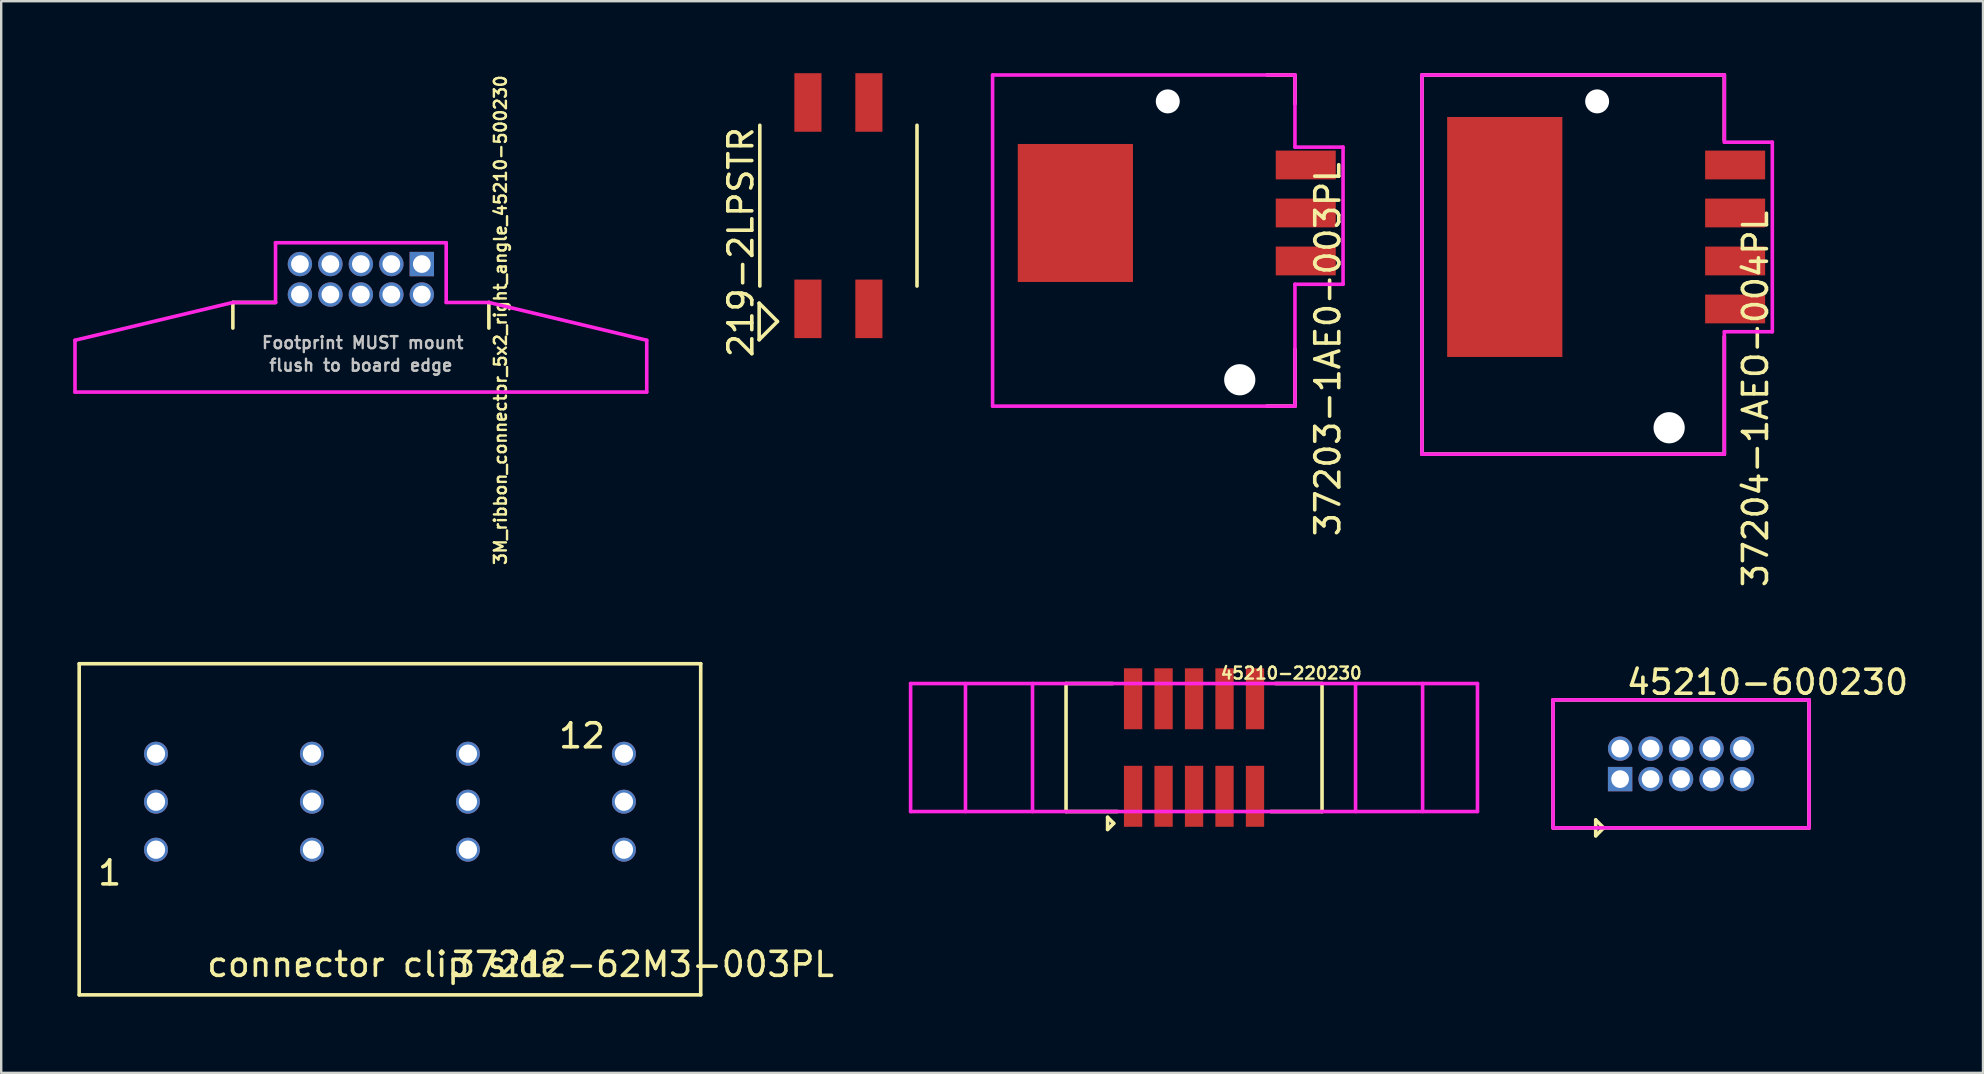
<source format=kicad_pcb>
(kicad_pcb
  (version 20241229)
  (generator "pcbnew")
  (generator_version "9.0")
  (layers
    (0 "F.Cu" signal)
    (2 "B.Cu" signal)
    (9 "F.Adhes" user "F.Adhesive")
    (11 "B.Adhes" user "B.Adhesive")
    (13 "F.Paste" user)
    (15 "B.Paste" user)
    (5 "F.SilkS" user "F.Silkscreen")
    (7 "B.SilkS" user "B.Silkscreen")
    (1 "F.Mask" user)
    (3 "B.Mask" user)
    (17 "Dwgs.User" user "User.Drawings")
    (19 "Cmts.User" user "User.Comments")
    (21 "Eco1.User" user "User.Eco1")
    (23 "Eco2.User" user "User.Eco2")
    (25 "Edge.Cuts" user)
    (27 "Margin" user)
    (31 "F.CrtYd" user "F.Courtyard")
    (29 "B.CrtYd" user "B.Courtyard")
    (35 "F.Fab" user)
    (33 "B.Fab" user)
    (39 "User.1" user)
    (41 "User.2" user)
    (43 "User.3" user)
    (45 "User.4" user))
  (footprint "45210-220230"
    (layer "F.Cu")
    (at 46.708 28.101)
    (property "Reference" "45210-220230" (at 4.05 -3.1 180) (layer "F.SilkS") (effects (font (size 0.5 0.5) (thickness 0.1))))
    (attr through_hole)
    (fp_line (start -5.334 -2.667) (end -5.334 2.667) (stroke (width 0.15) (type solid)) (layer "F.SilkS"))
    (fp_line (start -5.334 2.667) (end -3.199 2.667) (stroke (width 0.15) (type solid)) (layer "F.SilkS"))
    (fp_line (start -3.602 2.906) (end -3.602 3.414) (stroke (width 0.15) (type solid)) (layer "F.SilkS"))
    (fp_line (start -3.602 3.414) (end -3.348 3.16) (stroke (width 0.15) (type solid)) (layer "F.SilkS"))
    (fp_line (start -3.399 -2.667) (end -5.334 -2.667) (stroke (width 0.15) (type solid)) (layer "F.SilkS"))
    (fp_line (start -3.348 3.16) (end -3.602 2.906) (stroke (width 0.15) (type solid)) (layer "F.SilkS"))
    (fp_line (start 5.334 -2.667) (end 3.4 -2.667) (stroke (width 0.15) (type solid)) (layer "F.SilkS"))
    (fp_line (start 5.334 2.667) (end 3.199 2.667) (stroke (width 0.15) (type solid)) (layer "F.SilkS"))
    (fp_line (start 5.334 2.667) (end 5.334 -2.667) (stroke (width 0.15) (type solid)) (layer "F.SilkS"))
    (fp_line (start -11.811 -2.667) (end -11.811 2.667) (stroke (width 0.15) (type solid)) (layer "F.CrtYd"))
    (fp_line (start -11.811 2.667) (end 11.811 2.667) (stroke (width 0.15) (type solid)) (layer "F.CrtYd"))
    (fp_line (start -9.525 -2.667) (end -9.525 2.667) (stroke (width 0.15) (type solid)) (layer "F.CrtYd"))
    (fp_line (start -6.731 -2.667) (end -6.731 2.667) (stroke (width 0.15) (type solid)) (layer "F.CrtYd"))
    (fp_line (start 6.731 -2.667) (end 6.731 2.667) (stroke (width 0.15) (type solid)) (layer "F.CrtYd"))
    (fp_line (start 9.525 -2.667) (end 9.525 2.667) (stroke (width 0.15) (type solid)) (layer "F.CrtYd"))
    (fp_line (start 11.811 -2.667) (end -11.811 -2.667) (stroke (width 0.15) (type solid)) (layer "F.CrtYd"))
    (fp_line (start 11.811 2.667) (end 11.811 -2.667) (stroke (width 0.15) (type solid)) (layer "F.CrtYd"))
    (pad "1" smd rect (at -2.54 2.032) (size 0.762 2.54) (layers "F.Cu" "F.Mask" "F.Paste"))
    (pad "2" smd rect (at -2.54 -2.032) (size 0.762 2.54) (layers "F.Cu" "F.Mask" "F.Paste"))
    (pad "3" smd rect (at -1.27 2.032) (size 0.762 2.54) (layers "F.Cu" "F.Mask" "F.Paste"))
    (pad "4" smd rect (at -1.27 -2.032) (size 0.762 2.54) (layers "F.Cu" "F.Mask" "F.Paste"))
    (pad "5" smd rect (at 0 2.032) (size 0.762 2.54) (layers "F.Cu" "F.Mask" "F.Paste"))
    (pad "6" smd rect (at 0 -2.032) (size 0.762 2.54) (layers "F.Cu" "F.Mask" "F.Paste"))
    (pad "7" smd rect (at 1.27 2.032) (size 0.762 2.54) (layers "F.Cu" "F.Mask" "F.Paste"))
    (pad "8" smd rect (at 1.27 -2.032) (size 0.762 2.54) (layers "F.Cu" "F.Mask" "F.Paste"))
    (pad "9" smd rect (at 2.54 2.032) (size 0.762 2.54) (layers "F.Cu" "F.Mask" "F.Paste"))
    (pad "10" smd rect (at 2.54 -2.032) (size 0.762 2.54) (layers "F.Cu" "F.Mask" "F.Paste")))
  (footprint "37204-1AEO-004PL"
    (layer "F.Cu")
    (at 63.231 7.975)
    (property "Reference" "37204-1AEO-004PL" (at 6.875 5.6 90) (layer "F.SilkS") (effects (font (size 1 1) (thickness 0.15))))
    (attr through_hole)
    (fp_line (start -7.025 -7.9) (end -7.025 7.9) (stroke (width 0.15) (type solid)) (layer "F.SilkS"))
    (fp_line (start -7.025 -7.9) (end 5.575 -7.9) (stroke (width 0.15) (type solid)) (layer "F.SilkS"))
    (fp_line (start -7.025 7.9) (end 5.575 7.9) (stroke (width 0.15) (type solid)) (layer "F.SilkS"))
    (fp_line (start 5.575 -7.9) (end 5.575 -5.2) (stroke (width 0.15) (type solid)) (layer "F.SilkS"))
    (fp_line (start 5.575 7.9) (end 5.575 3) (stroke (width 0.15) (type solid)) (layer "F.SilkS"))
    (fp_line (start -7.025 -7.9) (end -7.025 7.9) (stroke (width 0.15) (type solid)) (layer "F.CrtYd"))
    (fp_line (start -7.025 7.9) (end 5.575 7.9) (stroke (width 0.15) (type solid)) (layer "F.CrtYd"))
    (fp_line (start 5.575 -7.9) (end -7.025 -7.9) (stroke (width 0.15) (type solid)) (layer "F.CrtYd"))
    (fp_line (start 5.575 -5.2) (end 5.575 -7.9) (stroke (width 0.15) (type solid)) (layer "F.CrtYd"))
    (fp_line (start 5.575 -5.1) (end 5.575 -5.2) (stroke (width 0.15) (type solid)) (layer "F.CrtYd"))
    (fp_line (start 5.575 2.8) (end 7.575 2.8) (stroke (width 0.15) (type solid)) (layer "F.CrtYd"))
    (fp_line (start 5.575 7.9) (end 5.575 2.8) (stroke (width 0.15) (type solid)) (layer "F.CrtYd"))
    (fp_line (start 7.575 -5.1) (end 5.575 -5.1) (stroke (width 0.15) (type solid)) (layer "F.CrtYd"))
    (fp_line (start 7.575 2.8) (end 7.575 -5.1) (stroke (width 0.15) (type solid)) (layer "F.CrtYd"))
    (pad "" smd rect (at -3.575 -1.15) (size 4.8 10) (layers "F.Cu" "F.Mask" "F.Paste"))
    (pad "" np_thru_hole circle (at 0.275 -6.8) (size 1 1) (drill 1) (layers "*.Cu"))
    (pad "" np_thru_hole circle (at 3.275 6.8) (size 1.3 1.3) (drill 1.3) (layers "*.Cu"))
    (pad "1" smd rect (at 6.025 1.85) (size 2.5 1.2) (layers "F.Cu" "F.Mask" "F.Paste"))
    (pad "2" smd rect (at 6.025 -0.15) (size 2.5 1.2) (layers "F.Cu" "F.Mask" "F.Paste"))
    (pad "3" smd rect (at 6.025 -2.15) (size 2.5 1.2) (layers "F.Cu" "F.Mask" "F.Paste"))
    (pad "4" smd rect (at 6.025 -4.15) (size 2.5 1.2) (layers "F.Cu" "F.Mask" "F.Paste")))
  (footprint "37212-62M3-003PL"
    (layer "F.Cu")
    (at 0.25 38.408)
    (property "Reference" "37212-62M3-003PL" (at 23.495 -1.27 0) (layer "F.SilkS") (effects (font (size 1 1) (thickness 0.15))))
    (attr through_hole)
    (fp_line (start 0 -13.8) (end 25.9 -13.8) (stroke (width 0.15) (type solid)) (layer "F.SilkS"))
    (fp_line (start 0 0) (end 0 -13.8) (stroke (width 0.15) (type solid)) (layer "F.SilkS"))
    (fp_line (start 25.9 -13.8) (end 25.9 0) (stroke (width 0.15) (type solid)) (layer "F.SilkS"))
    (fp_line (start 25.9 0) (end 0 0) (stroke (width 0.15) (type solid)) (layer "F.SilkS"))
    (fp_text user "1" (at 1.27 -5.08 0) (layer "F.SilkS") (effects (font (size 1 1) (thickness 0.15))))
    (fp_text user "connector clip side" (at 12.7 -1.27 0) (layer "F.SilkS") (effects (font (size 1 1) (thickness 0.15))))
    (fp_text user "12" (at 20.955 -10.795 0) (layer "F.SilkS") (effects (font (size 1 1) (thickness 0.15))))
    (pad "1" thru_hole circle (at 3.2 -6.05) (size 1 1) (drill 0.762) (layers "*.Cu" "*.Mask"))
    (pad "2" thru_hole circle (at 3.2 -8.05) (size 1 1) (drill 0.762) (layers "*.Cu" "*.Mask"))
    (pad "3" thru_hole circle (at 3.2 -10.05) (size 1 1) (drill 0.762) (layers "*.Cu" "*.Mask"))
    (pad "4" thru_hole circle (at 9.7 -6.05) (size 1 1) (drill 0.762) (layers "*.Cu" "*.Mask"))
    (pad "5" thru_hole circle (at 9.7 -8.05) (size 1 1) (drill 0.762) (layers "*.Cu" "*.Mask"))
    (pad "6" thru_hole circle (at 9.7 -10.05) (size 1 1) (drill 0.762) (layers "*.Cu" "*.Mask"))
    (pad "7" thru_hole circle (at 16.2 -6.05) (size 1 1) (drill 0.762) (layers "*.Cu" "*.Mask"))
    (pad "8" thru_hole circle (at 16.2 -8.05) (size 1 1) (drill 0.762) (layers "*.Cu" "*.Mask"))
    (pad "9" thru_hole circle (at 16.2 -10.05) (size 1 1) (drill 0.762) (layers "*.Cu" "*.Mask"))
    (pad "10" thru_hole circle (at 22.7 -6.05) (size 1 1) (drill 0.762) (layers "*.Cu" "*.Mask"))
    (pad "11" thru_hole circle (at 22.7 -8.05) (size 1 1) (drill 0.762) (layers "*.Cu" "*.Mask"))
    (pad "12" thru_hole circle (at 22.7 -10.05) (size 1 1) (drill 0.762) (layers "*.Cu" "*.Mask")))
  (footprint "37203-1AE0-003PL"
    (layer "F.Cu")
    (at 46.213 7.575)
    (property "Reference" "37203-1AE0-003PL" (at 6.07 3.93 270) (layer "F.SilkS") (effects (font (size 1 1) (thickness 0.15))))
    (attr smd)
    (fp_line (start 3.53 6.3) (end 4.7 6.3) (stroke (width 0.15) (type solid)) (layer "F.SilkS"))
    (fp_line (start 4.7 -7.5) (end 3.53 -7.5) (stroke (width 0.15) (type solid)) (layer "F.SilkS"))
    (fp_line (start 4.7 -6.3) (end 4.7 -7.5) (stroke (width 0.15) (type solid)) (layer "F.SilkS"))
    (fp_line (start 4.7 6.3) (end 4.7 3.93) (stroke (width 0.15) (type solid)) (layer "F.SilkS"))
    (fp_line (start -7.9 -7.5) (end -7.9 6.3) (stroke (width 0.15) (type solid)) (layer "F.CrtYd"))
    (fp_line (start -7.9 -7.5) (end 4.7 -7.5) (stroke (width 0.15) (type solid)) (layer "F.CrtYd"))
    (fp_line (start -7.9 6.3) (end 4.7 6.3) (stroke (width 0.15) (type solid)) (layer "F.CrtYd"))
    (fp_line (start 4.7 -7.5) (end 4.7 -4.495) (stroke (width 0.15) (type solid)) (layer "F.CrtYd"))
    (fp_line (start 4.7 -4.495) (end 6.705 -4.495) (stroke (width 0.15) (type solid)) (layer "F.CrtYd"))
    (fp_line (start 4.7 1.22) (end 4.7 6.3) (stroke (width 0.15) (type solid)) (layer "F.CrtYd"))
    (fp_line (start 6.705 -4.495) (end 6.705 1.22) (stroke (width 0.15) (type solid)) (layer "F.CrtYd"))
    (fp_line (start 6.705 1.22) (end 4.7 1.22) (stroke (width 0.15) (type solid)) (layer "F.CrtYd"))
    (pad "" smd rect (at -4.45 -1.75 270) (size 5.75 4.8) (layers "F.Cu" "F.Mask" "F.Paste"))
    (pad "" np_thru_hole circle (at -0.6 -6.4 270) (size 1 1) (drill 1) (layers "*.Cu"))
    (pad "" np_thru_hole circle (at 2.4 5.2 270) (size 1.3 1.3) (drill 1.3) (layers "*.Cu"))
    (pad "1" smd rect (at 5.15 0.25 270) (size 1.2 2.5) (layers "F.Cu" "F.Mask" "F.Paste"))
    (pad "2" smd rect (at 5.15 -1.75 270) (size 1.2 2.5) (layers "F.Cu" "F.Mask" "F.Paste"))
    (pad "3" smd rect (at 5.15 -3.75 270) (size 1.2 2.5) (layers "F.Cu" "F.Mask" "F.Paste")))
  (footprint "45210-600230"
    (layer "F.Cu")
    (at 67.003 28.782)
    (property "Reference" "45210-600230" (at 3.6 -3.4 0) (layer "F.SilkS") (effects (font (size 1 1) (thickness 0.15))))
    (attr through_hole)
    (fp_line (start -5.334 -2.667) (end -5.334 2.667) (stroke (width 0.15) (type solid)) (layer "F.SilkS"))
    (fp_line (start -5.334 2.667) (end -3.556 2.667) (stroke (width 0.15) (type solid)) (layer "F.SilkS"))
    (fp_line (start -3.556 2.337) (end -3.226 2.667) (stroke (width 0.15) (type solid)) (layer "F.SilkS"))
    (fp_line (start -3.556 2.667) (end -3.556 2.337) (stroke (width 0.15) (type solid)) (layer "F.SilkS"))
    (fp_line (start -3.556 2.997) (end -3.556 2.667) (stroke (width 0.15) (type solid)) (layer "F.SilkS"))
    (fp_line (start -3.226 2.667) (end -3.556 2.997) (stroke (width 0.15) (type solid)) (layer "F.SilkS"))
    (fp_line (start 5.334 -2.667) (end -5.334 -2.667) (stroke (width 0.15) (type solid)) (layer "F.SilkS"))
    (fp_line (start 5.334 2.667) (end -3.2 2.667) (stroke (width 0.15) (type solid)) (layer "F.SilkS"))
    (fp_line (start 5.334 2.667) (end 5.334 -2.667) (stroke (width 0.15) (type solid)) (layer "F.SilkS"))
    (fp_line (start -5.334 -2.667) (end -5.334 2.667) (stroke (width 0.15) (type solid)) (layer "F.CrtYd"))
    (fp_line (start -5.334 2.667) (end 5.334 2.667) (stroke (width 0.15) (type solid)) (layer "F.CrtYd"))
    (fp_line (start 5.334 -2.667) (end -5.334 -2.667) (stroke (width 0.15) (type solid)) (layer "F.CrtYd"))
    (fp_line (start 5.334 2.667) (end 5.334 -2.667) (stroke (width 0.15) (type solid)) (layer "F.CrtYd"))
    (pad "1" thru_hole rect (at -2.54 0.635) (size 1.016 1.016) (drill 0.737) (layers "*.Cu" "*.Mask"))
    (pad "2" thru_hole circle (at -2.54 -0.635) (size 1.016 1.016) (drill 0.737) (layers "*.Cu" "*.Mask"))
    (pad "3" thru_hole circle (at -1.27 0.635) (size 1.016 1.016) (drill 0.737) (layers "*.Cu" "*.Mask"))
    (pad "4" thru_hole circle (at -1.27 -0.635) (size 1.016 1.016) (drill 0.737) (layers "*.Cu" "*.Mask"))
    (pad "5" thru_hole circle (at 0 0.635) (size 1.016 1.016) (drill 0.737) (layers "*.Cu" "*.Mask"))
    (pad "6" thru_hole circle (at 0 -0.635) (size 1.016 1.016) (drill 0.737) (layers "*.Cu" "*.Mask"))
    (pad "7" thru_hole circle (at 1.27 0.635) (size 1.016 1.016) (drill 0.737) (layers "*.Cu" "*.Mask"))
    (pad "8" thru_hole circle (at 1.27 -0.635) (size 1.016 1.016) (drill 0.737) (layers "*.Cu" "*.Mask"))
    (pad "9" thru_hole circle (at 2.54 0.635) (size 1.016 1.016) (drill 0.737) (layers "*.Cu" "*.Mask"))
    (pad "10" thru_hole circle (at 2.54 -0.635) (size 1.016 1.016) (drill 0.737) (layers "*.Cu" "*.Mask")))
  (footprint "3M_ribbon_connector_5x2_right_angle_45210-500230"
    (layer "F.Cu")
    (at 11.988 8.589)
    (property "Reference" "3M_ribbon_connector_5x2_right_angle_45210-500230" (at 5.817 1.702 90) (layer "F.SilkS") (effects (font (size 0.5 0.5) (thickness 0.1))))
    (attr through_hole)
    (fp_line (start -5.334 0.965) (end -5.334 2.032) (stroke (width 0.15) (type solid)) (layer "F.SilkS"))
    (fp_line (start -3.556 0.965) (end -5.334 0.965) (stroke (width 0.15) (type solid)) (layer "F.SilkS"))
    (fp_line (start 5.334 2.032) (end 5.334 0.965) (stroke (width 0.15) (type solid)) (layer "F.SilkS"))
    (fp_line (start -11.913 4.699) (end 11.913 4.699) (stroke (width 0.15) (type solid)) (layer "F.CrtYd"))
    (fp_line (start -11.913 2.54) (end -11.913 4.699) (stroke (width 0.15) (type solid)) (layer "F.CrtYd"))
    (fp_line (start -5.334 0.965) (end -11.913 2.54) (stroke (width 0.15) (type solid)) (layer "F.CrtYd"))
    (fp_line (start -3.556 -1.524) (end 3.556 -1.524) (stroke (width 0.15) (type solid)) (layer "F.CrtYd"))
    (fp_line (start -3.556 0.965) (end -5.334 0.965) (stroke (width 0.15) (type solid)) (layer "F.CrtYd"))
    (fp_line (start -3.556 0.965) (end -3.556 -1.524) (stroke (width 0.15) (type solid)) (layer "F.CrtYd"))
    (fp_line (start 3.556 -1.524) (end 3.556 0.965) (stroke (width 0.15) (type solid)) (layer "F.CrtYd"))
    (fp_line (start 3.556 0.965) (end 5.334 0.965) (stroke (width 0.15) (type solid)) (layer "F.CrtYd"))
    (fp_line (start 11.913 2.54) (end 5.334 0.965) (stroke (width 0.15) (type solid)) (layer "F.CrtYd"))
    (fp_line (start 11.913 2.54) (end 11.913 4.699) (stroke (width 0.15) (type solid)) (layer "F.CrtYd"))
    (fp_text user "flush to board edge" (at 0 3.581 0) (layer "Dwgs.User") (effects (font (size 0.5 0.5) (thickness 0.1))))
    (fp_text user "Footprint MUST mount" (at 0.076 2.642 180) (layer "Dwgs.User") (effects (font (size 0.5 0.5) (thickness 0.1))))
    (pad "1" thru_hole rect (at 2.54 -0.635) (size 1.016 1.016) (drill 0.737) (layers "*.Cu" "*.Mask"))
    (pad "2" thru_hole circle (at 2.54 0.635) (size 1.016 1.016) (drill 0.737) (layers "*.Cu" "*.Mask"))
    (pad "3" thru_hole circle (at 1.27 -0.635) (size 1.016 1.016) (drill 0.737) (layers "*.Cu" "*.Mask"))
    (pad "4" thru_hole circle (at 1.27 0.635) (size 1.016 1.016) (drill 0.737) (layers "*.Cu" "*.Mask"))
    (pad "5" thru_hole circle (at 0 -0.635) (size 1.016 1.016) (drill 0.737) (layers "*.Cu" "*.Mask"))
    (pad "6" thru_hole circle (at 0 0.635) (size 1.016 1.016) (drill 0.737) (layers "*.Cu" "*.Mask"))
    (pad "7" thru_hole circle (at -1.27 -0.635) (size 1.016 1.016) (drill 0.737) (layers "*.Cu" "*.Mask"))
    (pad "8" thru_hole circle (at -1.27 0.635) (size 1.016 1.016) (drill 0.737) (layers "*.Cu" "*.Mask"))
    (pad "9" thru_hole circle (at -2.54 -0.635) (size 1.016 1.016) (drill 0.737) (layers "*.Cu" "*.Mask"))
    (pad "10" thru_hole circle (at -2.54 0.635) (size 1.016 1.016) (drill 0.737) (layers "*.Cu" "*.Mask")))
  (footprint "219-2LPSTR"
    (layer "F.Cu")
    (at 31.888 5.52)
    (property "Reference" "219-2LPSTR" (at -4.064 1.524 90) (layer "F.SilkS") (effects (font (size 1 1) (thickness 0.15))))
    (attr through_hole)
    (fp_line (start -3.302 4.064) (end -3.302 5.588) (stroke (width 0.15) (type solid)) (layer "F.SilkS"))
    (fp_line (start -3.302 5.588) (end -2.54 4.826) (stroke (width 0.15) (type solid)) (layer "F.SilkS"))
    (fp_line (start -3.275 -3.35) (end -3.275 3.35) (stroke (width 0.15) (type solid)) (layer "F.SilkS"))
    (fp_line (start -2.54 4.826) (end -3.302 4.064) (stroke (width 0.15) (type solid)) (layer "F.SilkS"))
    (fp_line (start 3.275 -3.35) (end 3.275 3.35) (stroke (width 0.15) (type solid)) (layer "F.SilkS"))
    (pad "1" smd rect (at -1.27 4.3) (size 1.13 2.44) (layers "F.Cu" "F.Mask" "F.Paste"))
    (pad "2" smd rect (at -1.27 -4.3) (size 1.13 2.44) (layers "F.Cu" "F.Mask" "F.Paste"))
    (pad "3" smd rect (at 1.27 4.3) (size 1.13 2.44) (layers "F.Cu" "F.Mask" "F.Paste"))
    (pad "4" smd rect (at 1.27 -4.3) (size 1.13 2.44) (layers "F.Cu" "F.Mask" "F.Paste")))
  (gr_rect
    (start -3 -3)
    (end 79.586 41.658)
    (stroke (width 0.1) (type default))
    (fill no)
    (layer "Edge.Cuts")))
</source>
